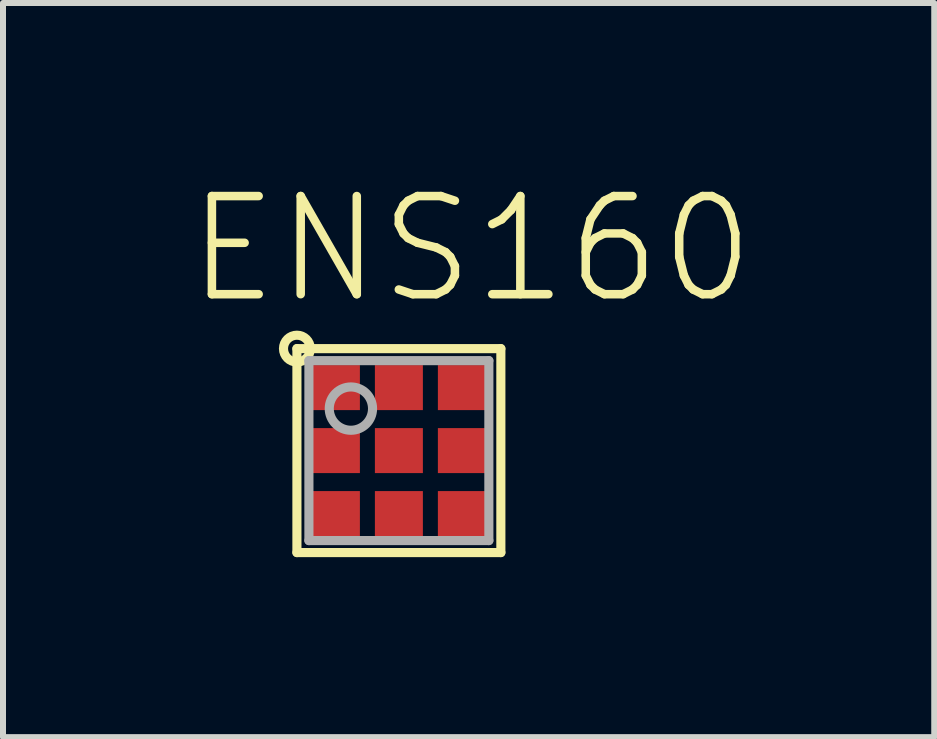
<source format=kicad_pcb>
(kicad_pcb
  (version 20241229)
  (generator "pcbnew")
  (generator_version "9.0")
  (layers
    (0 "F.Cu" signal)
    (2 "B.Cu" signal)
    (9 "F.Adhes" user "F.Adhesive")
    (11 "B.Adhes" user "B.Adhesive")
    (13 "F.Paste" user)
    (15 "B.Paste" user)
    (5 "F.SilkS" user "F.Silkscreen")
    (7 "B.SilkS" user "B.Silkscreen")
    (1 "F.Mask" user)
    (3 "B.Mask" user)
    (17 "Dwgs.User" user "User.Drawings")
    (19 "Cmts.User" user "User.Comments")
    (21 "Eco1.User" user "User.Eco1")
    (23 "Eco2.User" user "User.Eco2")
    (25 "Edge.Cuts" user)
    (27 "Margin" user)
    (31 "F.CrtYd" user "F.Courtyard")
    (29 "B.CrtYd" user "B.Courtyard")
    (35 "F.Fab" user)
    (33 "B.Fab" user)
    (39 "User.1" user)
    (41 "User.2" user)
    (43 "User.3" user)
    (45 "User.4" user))
  (footprint "ENS160"
    (layer "F.Cu")
    (at 3.6 4.462)
    (property "Reference" "ENS160" (at -3.6 -2.4 0) (layer "F.SilkS") (effects (font (size 1.636 1.636) (thickness 0.142)) (justify left bottom)))
    (fp_line (start -1.7 -1.7) (end 1.7 -1.7) (stroke (width 0.152) (type solid)) (layer "F.SilkS"))
    (fp_line (start -1.7 1.7) (end -1.7 -1.7) (stroke (width 0.152) (type solid)) (layer "F.SilkS"))
    (fp_line (start 1.7 -1.7) (end 1.7 1.7) (stroke (width 0.152) (type solid)) (layer "F.SilkS"))
    (fp_line (start 1.7 1.7) (end -1.7 1.7) (stroke (width 0.152) (type solid)) (layer "F.SilkS"))
    (fp_circle (center -1.7 -1.7) (end -1.476 -1.7) (stroke (width 0.152) (type solid)) (fill no) (layer "F.SilkS"))
    (fp_line (start -1.5 -1.5) (end -1.5 1.5) (stroke (width 0.152) (type solid)) (layer "F.Fab"))
    (fp_line (start -1.5 1.5) (end 1.5 1.5) (stroke (width 0.152) (type solid)) (layer "F.Fab"))
    (fp_line (start 1.5 -1.5) (end -1.5 -1.5) (stroke (width 0.152) (type solid)) (layer "F.Fab"))
    (fp_line (start 1.5 1.5) (end 1.5 -1.5) (stroke (width 0.152) (type solid)) (layer "F.Fab"))
    (fp_circle (center -0.8 -0.7) (end -0.439 -0.7) (stroke (width 0.152) (type solid)) (fill no) (layer "F.Fab"))
    (pad "1" smd rect (at -1.05 -1.05) (size 0.8 0.75) (layers "F.Cu" "F.Mask" "F.Paste"))
    (pad "2" smd rect (at -1.05 0) (size 0.8 0.75) (layers "F.Cu" "F.Mask" "F.Paste"))
    (pad "3" smd rect (at -1.05 1.05) (size 0.8 0.75) (layers "F.Cu" "F.Mask" "F.Paste"))
    (pad "4" smd rect (at 0 1.05) (size 0.8 0.75) (layers "F.Cu" "F.Mask" "F.Paste"))
    (pad "5" smd rect (at 1.05 1.05) (size 0.8 0.75) (layers "F.Cu" "F.Mask" "F.Paste"))
    (pad "6" smd rect (at 1.05 0) (size 0.8 0.75) (layers "F.Cu" "F.Mask" "F.Paste"))
    (pad "7" smd rect (at 1.05 -1.05) (size 0.8 0.75) (layers "F.Cu" "F.Mask" "F.Paste"))
    (pad "8" smd rect (at 0 -1.05) (size 0.8 0.75) (layers "F.Cu" "F.Mask" "F.Paste"))
    (pad "9" smd rect (at 0 0) (size 0.8 0.75) (layers "F.Cu" "F.Mask" "F.Paste")))
  (gr_rect
    (start -3 -3)
    (end 12.525 9.239)
    (stroke (width 0.1) (type default))
    (fill no)
    (layer "Edge.Cuts")))
</source>
